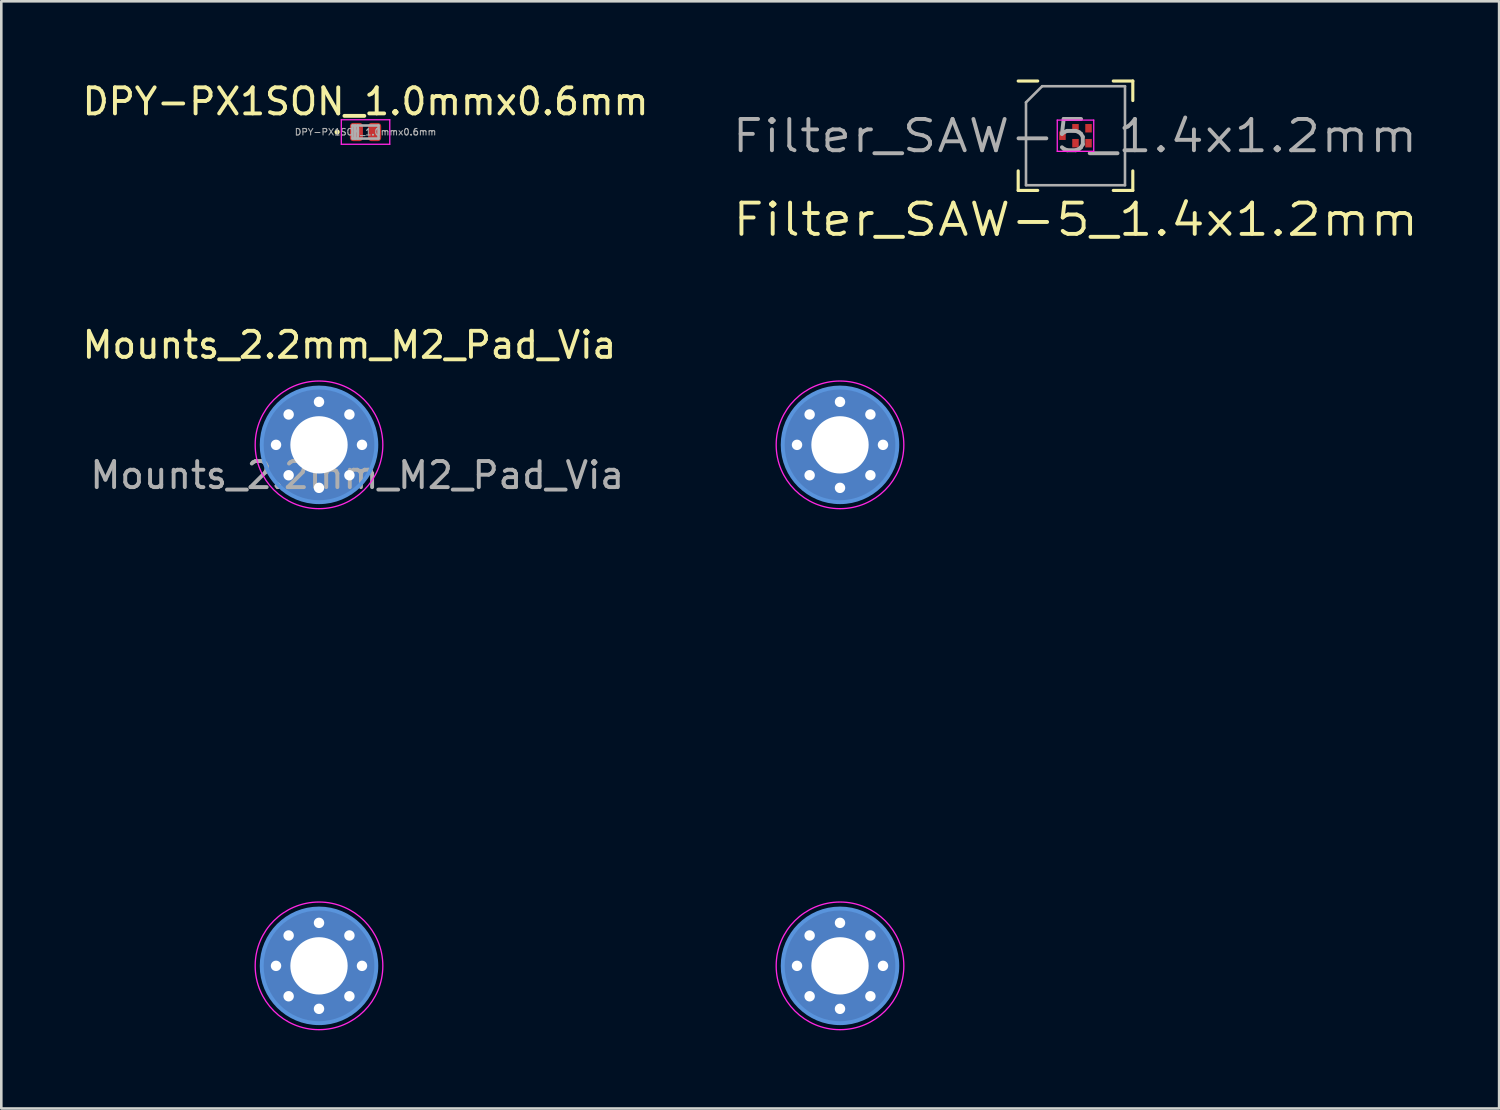
<source format=kicad_pcb>
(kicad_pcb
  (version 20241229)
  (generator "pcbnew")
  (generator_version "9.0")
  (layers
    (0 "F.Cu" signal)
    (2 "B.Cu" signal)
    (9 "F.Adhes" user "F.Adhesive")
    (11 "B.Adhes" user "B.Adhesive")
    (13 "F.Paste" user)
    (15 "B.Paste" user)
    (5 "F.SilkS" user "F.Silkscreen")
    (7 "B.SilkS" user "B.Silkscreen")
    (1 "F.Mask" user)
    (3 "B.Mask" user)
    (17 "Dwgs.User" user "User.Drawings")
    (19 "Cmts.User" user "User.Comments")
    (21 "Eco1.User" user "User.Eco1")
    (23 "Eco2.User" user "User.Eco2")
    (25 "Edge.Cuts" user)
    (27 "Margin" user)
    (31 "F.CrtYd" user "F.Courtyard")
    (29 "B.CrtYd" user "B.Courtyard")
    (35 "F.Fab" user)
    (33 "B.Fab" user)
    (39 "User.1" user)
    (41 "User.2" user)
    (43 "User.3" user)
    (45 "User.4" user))
  (footprint "Filter_SAW-5_1.4x1.2mm"
    (layer "F.Cu")
    (at 38.236 2.16)
    (property "Reference" "Filter_SAW-5_1.4x1.2mm" (at 0.01 3.22 0) (layer "F.SilkS") (effects (font (size 1.2 1.4) (thickness 0.15))))
    (attr smd)
    (fp_line (start -2.2 -2.1) (end -1.45 -2.1) (stroke (width 0.12) (type solid)) (layer "F.SilkS"))
    (fp_line (start -2.2 2.1) (end -2.2 1.35) (stroke (width 0.12) (type solid)) (layer "F.SilkS"))
    (fp_line (start -2.2 2.1) (end -1.45 2.1) (stroke (width 0.12) (type solid)) (layer "F.SilkS"))
    (fp_line (start 2.2 -2.1) (end 1.45 -2.1) (stroke (width 0.12) (type solid)) (layer "F.SilkS"))
    (fp_line (start 2.2 -2.1) (end 2.2 -1.35) (stroke (width 0.12) (type solid)) (layer "F.SilkS"))
    (fp_line (start 2.2 2.1) (end 1.45 2.1) (stroke (width 0.12) (type solid)) (layer "F.SilkS"))
    (fp_line (start 2.2 2.1) (end 2.2 1.35) (stroke (width 0.12) (type solid)) (layer "F.SilkS"))
    (fp_line (start -0.7 -0.6) (end 0.7 -0.6) (stroke (width 0.05) (type solid)) (layer "F.CrtYd"))
    (fp_line (start -0.7 0.6) (end -0.7 -0.6) (stroke (width 0.05) (type solid)) (layer "F.CrtYd"))
    (fp_line (start 0.7 -0.6) (end 0.7 0.6) (stroke (width 0.05) (type solid)) (layer "F.CrtYd"))
    (fp_line (start 0.7 0.6) (end -0.7 0.6) (stroke (width 0.05) (type solid)) (layer "F.CrtYd"))
    (fp_line (start -1.9 1.9) (end -1.9 -1.28) (stroke (width 0.1) (type solid)) (layer "F.Fab"))
    (fp_line (start -1.28 -1.9) (end -1.9 -1.28) (stroke (width 0.1) (type solid)) (layer "F.Fab"))
    (fp_line (start -1.28 -1.9) (end 1.9 -1.9) (stroke (width 0.1) (type solid)) (layer "F.Fab"))
    (fp_line (start 1.9 -1.9) (end 1.9 1.9) (stroke (width 0.1) (type solid)) (layer "F.Fab"))
    (fp_line (start 1.9 1.9) (end -1.9 1.9) (stroke (width 0.1) (type solid)) (layer "F.Fab"))
    (fp_text user "${REFERENCE}" (at -0.02 0.01 0) (layer "F.Fab") (effects (font (size 1.2 1.4) (thickness 0.15))))
    (pad "1" smd rect (at -0.5 0) (size 0.25 0.325) (layers "F.Cu" "F.Mask" "F.Paste"))
    (pad "2" smd rect (at 0 0.287) (size 0.25 0.325) (layers "F.Cu" "F.Mask" "F.Paste"))
    (pad "3" smd rect (at 0.5 0.287) (size 0.25 0.325) (layers "F.Cu" "F.Mask" "F.Paste"))
    (pad "4" smd rect (at 0.5 -0.287) (size 0.25 0.325) (layers "F.Cu" "F.Mask" "F.Paste"))
    (pad "5" smd rect (at 0 -0.287) (size 0.25 0.325) (layers "F.Cu" "F.Mask" "F.Paste")))
  (footprint "Mounts_2.2mm_M2_Pad_Via"
    (layer "F.Cu")
    (at 10.363 15.194)
    (property "Reference" "Mounts_2.2mm_M2_Pad_Via" (at 0 -5 0) (layer "F.SilkS") (effects (font (size 1 1) (thickness 0.15))))
    (attr exclude_from_pos_files)
    (fp_circle (center -1.167 -1.167) (end 1.033 -1.167) (stroke (width 0.15) (type solid)) (fill no) (layer "Cmts.User"))
    (fp_circle (center -1.167 18.833) (end 1.033 18.833) (stroke (width 0.15) (type solid)) (fill no) (layer "Cmts.User"))
    (fp_circle (center 18.833 -1.167) (end 21.033 -1.167) (stroke (width 0.15) (type solid)) (fill no) (layer "Cmts.User"))
    (fp_circle (center 18.833 18.833) (end 21.033 18.833) (stroke (width 0.15) (type solid)) (fill no) (layer "Cmts.User"))
    (fp_circle (center -1.167 -1.167) (end 1.283 -1.167) (stroke (width 0.05) (type solid)) (fill no) (layer "F.CrtYd"))
    (fp_circle (center -1.167 18.833) (end 1.283 18.833) (stroke (width 0.05) (type solid)) (fill no) (layer "F.CrtYd"))
    (fp_circle (center 18.833 -1.167) (end 21.283 -1.167) (stroke (width 0.05) (type solid)) (fill no) (layer "F.CrtYd"))
    (fp_circle (center 18.833 18.833) (end 21.283 18.833) (stroke (width 0.05) (type solid)) (fill no) (layer "F.CrtYd"))
    (fp_text user "${REFERENCE}" (at 0.3 0 0) (layer "F.Fab") (effects (font (size 1 1) (thickness 0.15))))
    (pad "1" thru_hole circle (at -2.817 -1.167) (size 0.7 0.7) (drill 0.4) (layers "*.Cu" "*.Mask"))
    (pad "1" thru_hole circle (at -2.817 18.833) (size 0.7 0.7) (drill 0.4) (layers "*.Cu" "*.Mask"))
    (pad "1" thru_hole circle (at -2.333 -2.333) (size 0.7 0.7) (drill 0.4) (layers "*.Cu" "*.Mask"))
    (pad "1" thru_hole circle (at -2.333 0) (size 0.7 0.7) (drill 0.4) (layers "*.Cu" "*.Mask"))
    (pad "1" thru_hole circle (at -2.333 17.667) (size 0.7 0.7) (drill 0.4) (layers "*.Cu" "*.Mask"))
    (pad "1" thru_hole circle (at -2.333 20) (size 0.7 0.7) (drill 0.4) (layers "*.Cu" "*.Mask"))
    (pad "1" thru_hole circle (at -1.167 -2.817) (size 0.7 0.7) (drill 0.4) (layers "*.Cu" "*.Mask"))
    (pad "1" thru_hole circle (at -1.167 -1.167) (size 4.4 4.4) (drill 2.2) (layers "*.Cu" "*.Mask"))
    (pad "1" thru_hole circle (at -1.167 0.483) (size 0.7 0.7) (drill 0.4) (layers "*.Cu" "*.Mask"))
    (pad "1" thru_hole circle (at -1.167 17.183) (size 0.7 0.7) (drill 0.4) (layers "*.Cu" "*.Mask"))
    (pad "1" thru_hole circle (at -1.167 18.833) (size 4.4 4.4) (drill 2.2) (layers "*.Cu" "*.Mask"))
    (pad "1" thru_hole circle (at -1.167 20.483) (size 0.7 0.7) (drill 0.4) (layers "*.Cu" "*.Mask"))
    (pad "1" thru_hole circle (at 0 -2.333) (size 0.7 0.7) (drill 0.4) (layers "*.Cu" "*.Mask"))
    (pad "1" thru_hole circle (at 0 0) (size 0.7 0.7) (drill 0.4) (layers "*.Cu" "*.Mask"))
    (pad "1" thru_hole circle (at 0 17.667) (size 0.7 0.7) (drill 0.4) (layers "*.Cu" "*.Mask"))
    (pad "1" thru_hole circle (at 0 20) (size 0.7 0.7) (drill 0.4) (layers "*.Cu" "*.Mask"))
    (pad "1" thru_hole circle (at 0.483 -1.167) (size 0.7 0.7) (drill 0.4) (layers "*.Cu" "*.Mask"))
    (pad "1" thru_hole circle (at 0.483 18.833) (size 0.7 0.7) (drill 0.4) (layers "*.Cu" "*.Mask"))
    (pad "1" thru_hole circle (at 17.183 -1.167) (size 0.7 0.7) (drill 0.4) (layers "*.Cu" "*.Mask"))
    (pad "1" thru_hole circle (at 17.183 18.833) (size 0.7 0.7) (drill 0.4) (layers "*.Cu" "*.Mask"))
    (pad "1" thru_hole circle (at 17.667 -2.333) (size 0.7 0.7) (drill 0.4) (layers "*.Cu" "*.Mask"))
    (pad "1" thru_hole circle (at 17.667 0) (size 0.7 0.7) (drill 0.4) (layers "*.Cu" "*.Mask"))
    (pad "1" thru_hole circle (at 17.667 17.667) (size 0.7 0.7) (drill 0.4) (layers "*.Cu" "*.Mask"))
    (pad "1" thru_hole circle (at 17.667 20) (size 0.7 0.7) (drill 0.4) (layers "*.Cu" "*.Mask"))
    (pad "1" thru_hole circle (at 18.833 -2.817) (size 0.7 0.7) (drill 0.4) (layers "*.Cu" "*.Mask"))
    (pad "1" thru_hole circle (at 18.833 -1.167) (size 4.4 4.4) (drill 2.2) (layers "*.Cu" "*.Mask"))
    (pad "1" thru_hole circle (at 18.833 0.483) (size 0.7 0.7) (drill 0.4) (layers "*.Cu" "*.Mask"))
    (pad "1" thru_hole circle (at 18.833 17.183) (size 0.7 0.7) (drill 0.4) (layers "*.Cu" "*.Mask"))
    (pad "1" thru_hole circle (at 18.833 18.833) (size 4.4 4.4) (drill 2.2) (layers "*.Cu" "*.Mask"))
    (pad "1" thru_hole circle (at 18.833 20.483) (size 0.7 0.7) (drill 0.4) (layers "*.Cu" "*.Mask"))
    (pad "1" thru_hole circle (at 20 -2.333) (size 0.7 0.7) (drill 0.4) (layers "*.Cu" "*.Mask"))
    (pad "1" thru_hole circle (at 20 0) (size 0.7 0.7) (drill 0.4) (layers "*.Cu" "*.Mask"))
    (pad "1" thru_hole circle (at 20 17.667) (size 0.7 0.7) (drill 0.4) (layers "*.Cu" "*.Mask"))
    (pad "1" thru_hole circle (at 20 20) (size 0.7 0.7) (drill 0.4) (layers "*.Cu" "*.Mask"))
    (pad "1" thru_hole circle (at 20.483 -1.167) (size 0.7 0.7) (drill 0.4) (layers "*.Cu" "*.Mask"))
    (pad "1" thru_hole circle (at 20.483 18.833) (size 0.7 0.7) (drill 0.4) (layers "*.Cu" "*.Mask")))
  (footprint "DPY-PX1SON_1.0mmx0.6mm"
    (layer "F.Cu")
    (at 10.982 2.018)
    (property "Reference" "DPY-PX1SON_1.0mmx0.6mm" (at 0 -1.17 0) (layer "F.SilkS") (effects (font (size 1 1) (thickness 0.15))))
    (attr smd)
    (fp_circle (center -1.09 0) (end -1.04 0) (stroke (width 0.1) (type solid)) (fill no) (layer "F.SilkS"))
    (fp_line (start -0.93 -0.47) (end 0.93 -0.47) (stroke (width 0.05) (type solid)) (layer "F.CrtYd"))
    (fp_line (start -0.93 0.47) (end -0.93 -0.47) (stroke (width 0.05) (type solid)) (layer "F.CrtYd"))
    (fp_line (start 0.93 -0.47) (end 0.93 0.47) (stroke (width 0.05) (type solid)) (layer "F.CrtYd"))
    (fp_line (start 0.93 0.47) (end -0.93 0.47) (stroke (width 0.05) (type solid)) (layer "F.CrtYd"))
    (fp_line (start -0.5 -0.25) (end 0.5 -0.25) (stroke (width 0.1) (type solid)) (layer "F.Fab"))
    (fp_line (start -0.5 0.25) (end -0.5 -0.25) (stroke (width 0.1) (type solid)) (layer "F.Fab"))
    (fp_line (start -0.4 0.25) (end -0.4 -0.25) (stroke (width 0.1) (type solid)) (layer "F.Fab"))
    (fp_line (start -0.3 0.25) (end -0.3 -0.25) (stroke (width 0.1) (type solid)) (layer "F.Fab"))
    (fp_line (start 0.5 -0.25) (end 0.5 0.25) (stroke (width 0.1) (type solid)) (layer "F.Fab"))
    (fp_line (start 0.5 0.25) (end -0.5 0.25) (stroke (width 0.1) (type solid)) (layer "F.Fab"))
    (fp_text user "${REFERENCE}" (at 0 0 0) (layer "F.Fab") (effects (font (size 0.25 0.25) (thickness 0.04))))
    (pad "1" smd roundrect (at -0.35 0) (size 0.5 0.7) (layers "F.Cu" "F.Mask" "F.Paste") (roundrect_rratio 0.25))
    (pad "2" smd roundrect (at 0.35 0) (size 0.5 0.7) (layers "F.Cu" "F.Mask" "F.Paste") (roundrect_rratio 0.25)))
  (gr_rect
    (start -3 -3)
    (end 54.498 39.502)
    (stroke (width 0.1) (type default))
    (fill no)
    (layer "Edge.Cuts")))
</source>
